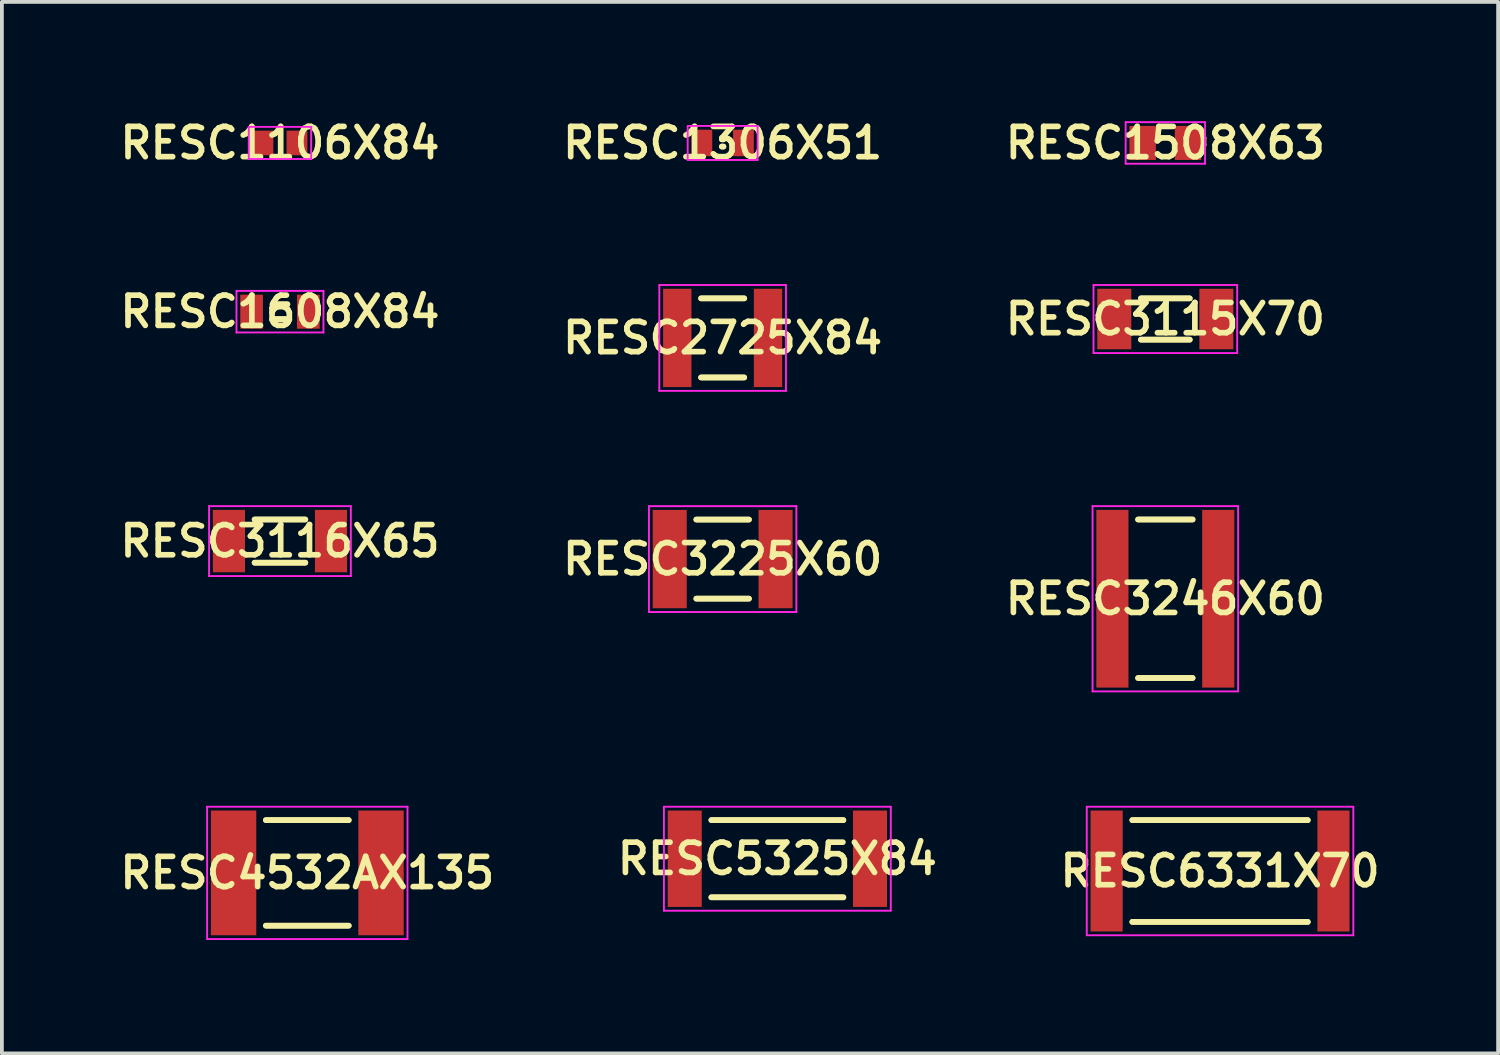
<source format=kicad_pcb>
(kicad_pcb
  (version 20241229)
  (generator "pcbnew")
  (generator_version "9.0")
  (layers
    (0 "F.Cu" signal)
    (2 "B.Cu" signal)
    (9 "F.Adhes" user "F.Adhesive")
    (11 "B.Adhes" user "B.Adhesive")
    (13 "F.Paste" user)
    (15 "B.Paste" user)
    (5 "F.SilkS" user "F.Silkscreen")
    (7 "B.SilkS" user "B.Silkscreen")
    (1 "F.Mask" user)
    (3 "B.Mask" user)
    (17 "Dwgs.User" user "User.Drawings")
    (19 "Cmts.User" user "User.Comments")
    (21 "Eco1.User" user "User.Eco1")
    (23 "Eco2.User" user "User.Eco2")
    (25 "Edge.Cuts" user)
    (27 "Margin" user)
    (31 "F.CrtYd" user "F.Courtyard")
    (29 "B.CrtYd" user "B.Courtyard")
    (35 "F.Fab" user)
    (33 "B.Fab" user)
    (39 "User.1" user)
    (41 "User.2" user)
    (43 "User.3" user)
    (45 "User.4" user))
  (footprint "RESC1306X51"
    (layer "F.Cu")
    (at 16.064 0.731)
    (property "Reference" "RESC1306X51" (at 0 0 0) (layer "F.SilkS") (effects (font (size 0.8 0.8) (thickness 0.15))))
    (attr smd)
    (fp_line (start -0.021 -0.096) (end 0.021 -0.096) (stroke (width 0.15) (type solid)) (layer "F.SilkS"))
    (fp_line (start -0.021 0.096) (end 0.021 0.096) (stroke (width 0.15) (type solid)) (layer "F.SilkS"))
    (fp_line (start 0.021 -0.096) (end -0.021 -0.096) (stroke (width 0.15) (type solid)) (layer "F.SilkS"))
    (fp_line (start 0.021 0.096) (end -0.021 0.096) (stroke (width 0.15) (type solid)) (layer "F.SilkS"))
    (fp_line (start -0.925 -0.45) (end 0.925 -0.45) (stroke (width 0.05) (type solid)) (layer "F.CrtYd"))
    (fp_line (start -0.925 0.45) (end -0.925 -0.45) (stroke (width 0.05) (type solid)) (layer "F.CrtYd"))
    (fp_line (start 0.925 -0.45) (end 0.925 0.45) (stroke (width 0.05) (type solid)) (layer "F.CrtYd"))
    (fp_line (start 0.925 0.45) (end -0.925 0.45) (stroke (width 0.05) (type solid)) (layer "F.CrtYd"))
    (pad "1" smd rect (at -0.55 0) (size 0.55 0.7) (layers "F.Cu" "F.Mask" "F.Paste"))
    (pad "2" smd rect (at 0.55 0) (size 0.55 0.7) (layers "F.Cu" "F.Mask" "F.Paste")))
  (footprint "RESC3115X70"
    (layer "F.Cu")
    (at 27.773 5.388)
    (property "Reference" "RESC3115X70" (at 0 0 0) (layer "F.SilkS") (effects (font (size 0.8 0.8) (thickness 0.15))))
    (attr smd)
    (fp_line (start -0.646 -0.546) (end 0.646 -0.546) (stroke (width 0.15) (type solid)) (layer "F.SilkS"))
    (fp_line (start -0.646 0.546) (end 0.646 0.546) (stroke (width 0.15) (type solid)) (layer "F.SilkS"))
    (fp_line (start 0.646 -0.546) (end -0.646 -0.546) (stroke (width 0.15) (type solid)) (layer "F.SilkS"))
    (fp_line (start 0.646 0.546) (end -0.646 0.546) (stroke (width 0.15) (type solid)) (layer "F.SilkS"))
    (fp_line (start -1.9 -0.9) (end 1.9 -0.9) (stroke (width 0.05) (type solid)) (layer "F.CrtYd"))
    (fp_line (start -1.9 0.9) (end -1.9 -0.9) (stroke (width 0.05) (type solid)) (layer "F.CrtYd"))
    (fp_line (start 1.9 -0.9) (end 1.9 0.9) (stroke (width 0.05) (type solid)) (layer "F.CrtYd"))
    (fp_line (start 1.9 0.9) (end -1.9 0.9) (stroke (width 0.05) (type solid)) (layer "F.CrtYd"))
    (pad "1" smd rect (at -1.35 0) (size 0.9 1.6) (layers "F.Cu" "F.Mask" "F.Paste"))
    (pad "2" smd rect (at 1.35 0) (size 0.9 1.6) (layers "F.Cu" "F.Mask" "F.Paste")))
  (footprint "RESC2725X84"
    (layer "F.Cu")
    (at 16.064 5.888)
    (property "Reference" "RESC2725X84" (at 0 0 0) (layer "F.SilkS") (effects (font (size 0.8 0.8) (thickness 0.15))))
    (attr smd)
    (fp_line (start -0.571 -1.046) (end 0.571 -1.046) (stroke (width 0.15) (type solid)) (layer "F.SilkS"))
    (fp_line (start -0.571 1.046) (end 0.571 1.046) (stroke (width 0.15) (type solid)) (layer "F.SilkS"))
    (fp_line (start 0.571 -1.046) (end -0.571 -1.046) (stroke (width 0.15) (type solid)) (layer "F.SilkS"))
    (fp_line (start 0.571 1.046) (end -0.571 1.046) (stroke (width 0.15) (type solid)) (layer "F.SilkS"))
    (fp_line (start -1.675 -1.4) (end 1.675 -1.4) (stroke (width 0.05) (type solid)) (layer "F.CrtYd"))
    (fp_line (start -1.675 1.4) (end -1.675 -1.4) (stroke (width 0.05) (type solid)) (layer "F.CrtYd"))
    (fp_line (start 1.675 -1.4) (end 1.675 1.4) (stroke (width 0.05) (type solid)) (layer "F.CrtYd"))
    (fp_line (start 1.675 1.4) (end -1.675 1.4) (stroke (width 0.05) (type solid)) (layer "F.CrtYd"))
    (pad "1" smd rect (at -1.2 0) (size 0.75 2.6) (layers "F.Cu" "F.Mask" "F.Paste"))
    (pad "2" smd rect (at 1.2 0) (size 0.75 2.6) (layers "F.Cu" "F.Mask" "F.Paste")))
  (footprint "RESC5325X84"
    (layer "F.Cu")
    (at 17.511 19.663)
    (property "Reference" "RESC5325X84" (at 0 0 0) (layer "F.SilkS") (effects (font (size 0.8 0.8) (thickness 0.15))))
    (attr smd)
    (fp_line (start -1.746 -1.021) (end 1.746 -1.021) (stroke (width 0.15) (type solid)) (layer "F.SilkS"))
    (fp_line (start -1.746 1.021) (end 1.746 1.021) (stroke (width 0.15) (type solid)) (layer "F.SilkS"))
    (fp_line (start 1.746 -1.021) (end -1.746 -1.021) (stroke (width 0.15) (type solid)) (layer "F.SilkS"))
    (fp_line (start 1.746 1.021) (end -1.746 1.021) (stroke (width 0.15) (type solid)) (layer "F.SilkS"))
    (fp_line (start -3 -1.375) (end 3 -1.375) (stroke (width 0.05) (type solid)) (layer "F.CrtYd"))
    (fp_line (start -3 1.375) (end -3 -1.375) (stroke (width 0.05) (type solid)) (layer "F.CrtYd"))
    (fp_line (start 3 -1.375) (end 3 1.375) (stroke (width 0.05) (type solid)) (layer "F.CrtYd"))
    (fp_line (start 3 1.375) (end -3 1.375) (stroke (width 0.05) (type solid)) (layer "F.CrtYd"))
    (pad "1" smd rect (at -2.45 0) (size 0.9 2.55) (layers "F.Cu" "F.Mask" "F.Paste"))
    (pad "2" smd rect (at 2.45 0) (size 0.9 2.55) (layers "F.Cu" "F.Mask" "F.Paste")))
  (footprint "RESC1106X84"
    (layer "F.Cu")
    (at 4.355 0.731)
    (property "Reference" "RESC1106X84" (at 0 0 0) (layer "F.SilkS") (effects (font (size 0.8 0.8) (thickness 0.15))))
    (attr smd)
    (fp_line (start -0.825 -0.425) (end 0.825 -0.425) (stroke (width 0.05) (type solid)) (layer "F.CrtYd"))
    (fp_line (start -0.825 0.425) (end -0.825 -0.425) (stroke (width 0.05) (type solid)) (layer "F.CrtYd"))
    (fp_line (start 0.825 -0.425) (end 0.825 0.425) (stroke (width 0.05) (type solid)) (layer "F.CrtYd"))
    (fp_line (start 0.825 0.425) (end -0.825 0.425) (stroke (width 0.05) (type solid)) (layer "F.CrtYd"))
    (pad "1" smd rect (at -0.45 0) (size 0.55 0.65) (layers "F.Cu" "F.Mask" "F.Paste"))
    (pad "2" smd rect (at 0.45 0) (size 0.55 0.65) (layers "F.Cu" "F.Mask" "F.Paste")))
  (footprint "RESC1608X84"
    (layer "F.Cu")
    (at 4.355 5.194)
    (property "Reference" "RESC1608X84" (at 0 0 0) (layer "F.SilkS") (effects (font (size 0.8 0.8) (thickness 0.15))))
    (attr smd)
    (fp_line (start -0.196 -0.196) (end 0.196 -0.196) (stroke (width 0.15) (type solid)) (layer "F.SilkS"))
    (fp_line (start -0.196 0.196) (end 0.196 0.196) (stroke (width 0.15) (type solid)) (layer "F.SilkS"))
    (fp_line (start 0.196 -0.196) (end -0.196 -0.196) (stroke (width 0.15) (type solid)) (layer "F.SilkS"))
    (fp_line (start 0.196 0.196) (end -0.196 0.196) (stroke (width 0.15) (type solid)) (layer "F.SilkS"))
    (fp_line (start -1.15 -0.55) (end 1.15 -0.55) (stroke (width 0.05) (type solid)) (layer "F.CrtYd"))
    (fp_line (start -1.15 0.55) (end -1.15 -0.55) (stroke (width 0.05) (type solid)) (layer "F.CrtYd"))
    (fp_line (start 1.15 -0.55) (end 1.15 0.55) (stroke (width 0.05) (type solid)) (layer "F.CrtYd"))
    (fp_line (start 1.15 0.55) (end -1.15 0.55) (stroke (width 0.05) (type solid)) (layer "F.CrtYd"))
    (pad "1" smd rect (at -0.75 0) (size 0.6 0.9) (layers "F.Cu" "F.Mask" "F.Paste"))
    (pad "2" smd rect (at 0.75 0) (size 0.6 0.9) (layers "F.Cu" "F.Mask" "F.Paste")))
  (footprint "RESC3116X65"
    (layer "F.Cu")
    (at 4.355 11.262)
    (property "Reference" "RESC3116X65" (at 0 0 0) (layer "F.SilkS") (effects (font (size 0.8 0.8) (thickness 0.15))))
    (attr smd)
    (fp_line (start -0.671 -0.571) (end 0.671 -0.571) (stroke (width 0.15) (type solid)) (layer "F.SilkS"))
    (fp_line (start -0.671 0.571) (end 0.671 0.571) (stroke (width 0.15) (type solid)) (layer "F.SilkS"))
    (fp_line (start 0.671 -0.571) (end -0.671 -0.571) (stroke (width 0.15) (type solid)) (layer "F.SilkS"))
    (fp_line (start 0.671 0.571) (end -0.671 0.571) (stroke (width 0.15) (type solid)) (layer "F.SilkS"))
    (fp_line (start -1.875 -0.925) (end 1.875 -0.925) (stroke (width 0.05) (type solid)) (layer "F.CrtYd"))
    (fp_line (start -1.875 0.925) (end -1.875 -0.925) (stroke (width 0.05) (type solid)) (layer "F.CrtYd"))
    (fp_line (start 1.875 -0.925) (end 1.875 0.925) (stroke (width 0.05) (type solid)) (layer "F.CrtYd"))
    (fp_line (start 1.875 0.925) (end -1.875 0.925) (stroke (width 0.05) (type solid)) (layer "F.CrtYd"))
    (pad "1" smd rect (at -1.35 0) (size 0.85 1.65) (layers "F.Cu" "F.Mask" "F.Paste"))
    (pad "2" smd rect (at 1.35 0) (size 0.85 1.65) (layers "F.Cu" "F.Mask" "F.Paste")))
  (footprint "RESC3246X60"
    (layer "F.Cu")
    (at 27.773 12.787)
    (property "Reference" "RESC3246X60" (at 0 0 0) (layer "F.SilkS") (effects (font (size 0.8 0.8) (thickness 0.15))))
    (attr smd)
    (fp_line (start -0.721 -2.096) (end 0.721 -2.096) (stroke (width 0.15) (type solid)) (layer "F.SilkS"))
    (fp_line (start -0.721 2.096) (end 0.721 2.096) (stroke (width 0.15) (type solid)) (layer "F.SilkS"))
    (fp_line (start 0.721 -2.096) (end -0.721 -2.096) (stroke (width 0.15) (type solid)) (layer "F.SilkS"))
    (fp_line (start 0.721 2.096) (end -0.721 2.096) (stroke (width 0.15) (type solid)) (layer "F.SilkS"))
    (fp_line (start -1.925 -2.45) (end 1.925 -2.45) (stroke (width 0.05) (type solid)) (layer "F.CrtYd"))
    (fp_line (start -1.925 2.45) (end -1.925 -2.45) (stroke (width 0.05) (type solid)) (layer "F.CrtYd"))
    (fp_line (start 1.925 -2.45) (end 1.925 2.45) (stroke (width 0.05) (type solid)) (layer "F.CrtYd"))
    (fp_line (start 1.925 2.45) (end -1.925 2.45) (stroke (width 0.05) (type solid)) (layer "F.CrtYd"))
    (pad "1" smd rect (at -1.4 0) (size 0.85 4.7) (layers "F.Cu" "F.Mask" "F.Paste"))
    (pad "2" smd rect (at 1.4 0) (size 0.85 4.7) (layers "F.Cu" "F.Mask" "F.Paste")))
  (footprint "RESC6331X70"
    (layer "F.Cu")
    (at 29.22 19.988)
    (property "Reference" "RESC6331X70" (at 0 0 0) (layer "F.SilkS") (effects (font (size 0.8 0.8) (thickness 0.15))))
    (attr smd)
    (fp_line (start -2.321 -1.346) (end 2.321 -1.346) (stroke (width 0.15) (type solid)) (layer "F.SilkS"))
    (fp_line (start -2.321 1.346) (end 2.321 1.346) (stroke (width 0.15) (type solid)) (layer "F.SilkS"))
    (fp_line (start 2.321 -1.346) (end -2.321 -1.346) (stroke (width 0.15) (type solid)) (layer "F.SilkS"))
    (fp_line (start 2.321 1.346) (end -2.321 1.346) (stroke (width 0.15) (type solid)) (layer "F.SilkS"))
    (fp_line (start -3.525 -1.7) (end 3.525 -1.7) (stroke (width 0.05) (type solid)) (layer "F.CrtYd"))
    (fp_line (start -3.525 1.7) (end -3.525 -1.7) (stroke (width 0.05) (type solid)) (layer "F.CrtYd"))
    (fp_line (start 3.525 -1.7) (end 3.525 1.7) (stroke (width 0.05) (type solid)) (layer "F.CrtYd"))
    (fp_line (start 3.525 1.7) (end -3.525 1.7) (stroke (width 0.05) (type solid)) (layer "F.CrtYd"))
    (pad "1" smd rect (at -3 0) (size 0.85 3.2) (layers "F.Cu" "F.Mask" "F.Paste"))
    (pad "2" smd rect (at 3 0) (size 0.85 3.2) (layers "F.Cu" "F.Mask" "F.Paste")))
  (footprint "RESC1508X63"
    (layer "F.Cu")
    (at 27.773 0.731)
    (property "Reference" "RESC1508X63" (at 0 0 0) (layer "F.SilkS") (effects (font (size 0.8 0.8) (thickness 0.15))))
    (attr smd)
    (fp_line (start -1.05 -0.55) (end 1.05 -0.55) (stroke (width 0.05) (type solid)) (layer "F.CrtYd"))
    (fp_line (start -1.05 0.55) (end -1.05 -0.55) (stroke (width 0.05) (type solid)) (layer "F.CrtYd"))
    (fp_line (start 1.05 -0.55) (end 1.05 0.55) (stroke (width 0.05) (type solid)) (layer "F.CrtYd"))
    (fp_line (start 1.05 0.55) (end -1.05 0.55) (stroke (width 0.05) (type solid)) (layer "F.CrtYd"))
    (pad "1" smd rect (at -0.6 0) (size 0.7 0.9) (layers "F.Cu" "F.Mask" "F.Paste"))
    (pad "2" smd rect (at 0.6 0) (size 0.7 0.9) (layers "F.Cu" "F.Mask" "F.Paste")))
  (footprint "RESC3225X60"
    (layer "F.Cu")
    (at 16.064 11.738)
    (property "Reference" "RESC3225X60" (at 0 0 0) (layer "F.SilkS") (effects (font (size 0.8 0.8) (thickness 0.15))))
    (attr smd)
    (fp_line (start -0.696 -1.046) (end 0.696 -1.046) (stroke (width 0.15) (type solid)) (layer "F.SilkS"))
    (fp_line (start -0.696 1.046) (end 0.696 1.046) (stroke (width 0.15) (type solid)) (layer "F.SilkS"))
    (fp_line (start 0.696 -1.046) (end -0.696 -1.046) (stroke (width 0.15) (type solid)) (layer "F.SilkS"))
    (fp_line (start 0.696 1.046) (end -0.696 1.046) (stroke (width 0.15) (type solid)) (layer "F.SilkS"))
    (fp_line (start -1.95 -1.4) (end 1.95 -1.4) (stroke (width 0.05) (type solid)) (layer "F.CrtYd"))
    (fp_line (start -1.95 1.4) (end -1.95 -1.4) (stroke (width 0.05) (type solid)) (layer "F.CrtYd"))
    (fp_line (start 1.95 -1.4) (end 1.95 1.4) (stroke (width 0.05) (type solid)) (layer "F.CrtYd"))
    (fp_line (start 1.95 1.4) (end -1.95 1.4) (stroke (width 0.05) (type solid)) (layer "F.CrtYd"))
    (pad "1" smd rect (at -1.4 0) (size 0.9 2.6) (layers "F.Cu" "F.Mask" "F.Paste"))
    (pad "2" smd rect (at 1.4 0) (size 0.9 2.6) (layers "F.Cu" "F.Mask" "F.Paste")))
  (footprint "RESC4532AX135"
    (layer "F.Cu")
    (at 5.078 20.038)
    (property "Reference" "RESC4532AX135" (at 0 0 0) (layer "F.SilkS") (effects (font (size 0.8 0.8) (thickness 0.15))))
    (attr smd)
    (fp_line (start -1.096 -1.396) (end 1.096 -1.396) (stroke (width 0.15) (type solid)) (layer "F.SilkS"))
    (fp_line (start -1.096 1.396) (end 1.096 1.396) (stroke (width 0.15) (type solid)) (layer "F.SilkS"))
    (fp_line (start 1.096 -1.396) (end -1.096 -1.396) (stroke (width 0.15) (type solid)) (layer "F.SilkS"))
    (fp_line (start 1.096 1.396) (end -1.096 1.396) (stroke (width 0.15) (type solid)) (layer "F.SilkS"))
    (fp_line (start -2.65 -1.75) (end 2.65 -1.75) (stroke (width 0.05) (type solid)) (layer "F.CrtYd"))
    (fp_line (start -2.65 1.75) (end -2.65 -1.75) (stroke (width 0.05) (type solid)) (layer "F.CrtYd"))
    (fp_line (start 2.65 -1.75) (end 2.65 1.75) (stroke (width 0.05) (type solid)) (layer "F.CrtYd"))
    (fp_line (start 2.65 1.75) (end -2.65 1.75) (stroke (width 0.05) (type solid)) (layer "F.CrtYd"))
    (pad "1" smd rect (at -1.95 0) (size 1.2 3.3) (layers "F.Cu" "F.Mask" "F.Paste"))
    (pad "2" smd rect (at 1.95 0) (size 1.2 3.3) (layers "F.Cu" "F.Mask" "F.Paste")))
  (gr_rect
    (start -3 -3)
    (end 36.575 24.812)
    (stroke (width 0.1) (type default))
    (fill no)
    (layer "Edge.Cuts")))
</source>
